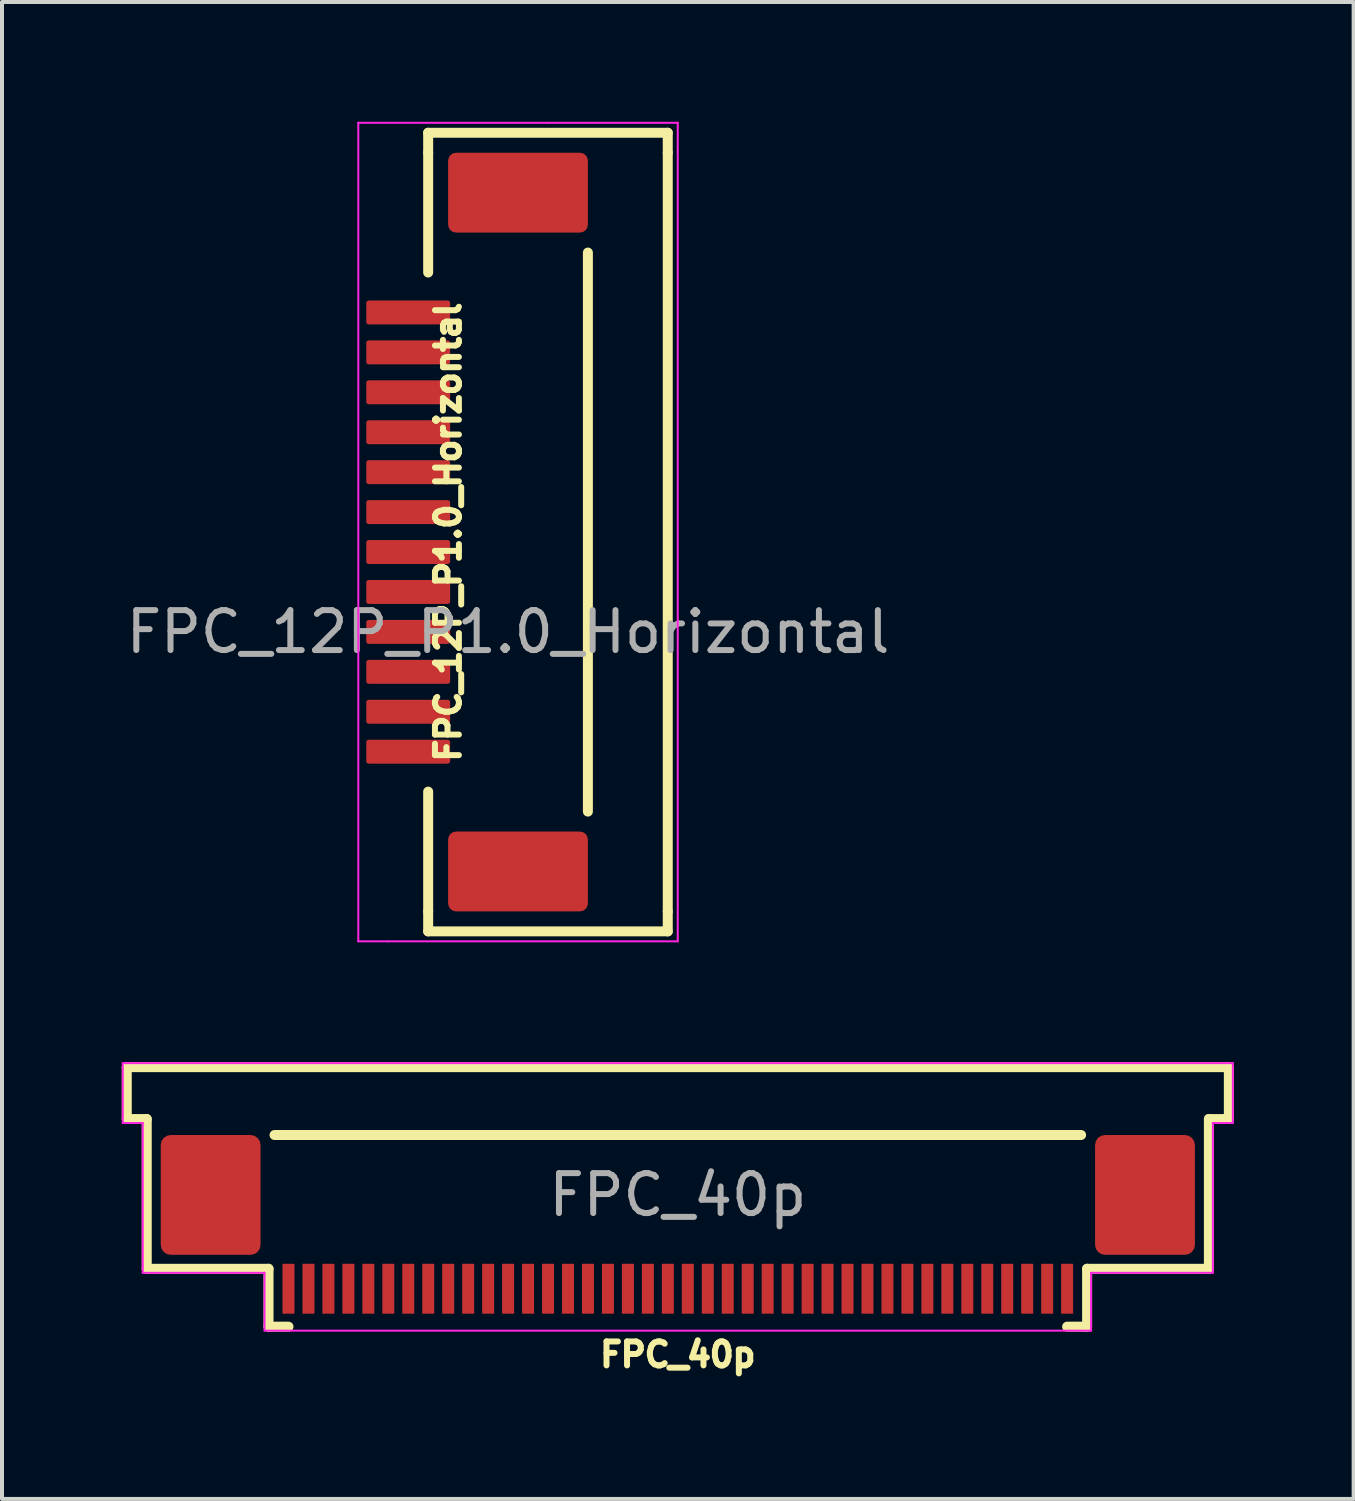
<source format=kicad_pcb>
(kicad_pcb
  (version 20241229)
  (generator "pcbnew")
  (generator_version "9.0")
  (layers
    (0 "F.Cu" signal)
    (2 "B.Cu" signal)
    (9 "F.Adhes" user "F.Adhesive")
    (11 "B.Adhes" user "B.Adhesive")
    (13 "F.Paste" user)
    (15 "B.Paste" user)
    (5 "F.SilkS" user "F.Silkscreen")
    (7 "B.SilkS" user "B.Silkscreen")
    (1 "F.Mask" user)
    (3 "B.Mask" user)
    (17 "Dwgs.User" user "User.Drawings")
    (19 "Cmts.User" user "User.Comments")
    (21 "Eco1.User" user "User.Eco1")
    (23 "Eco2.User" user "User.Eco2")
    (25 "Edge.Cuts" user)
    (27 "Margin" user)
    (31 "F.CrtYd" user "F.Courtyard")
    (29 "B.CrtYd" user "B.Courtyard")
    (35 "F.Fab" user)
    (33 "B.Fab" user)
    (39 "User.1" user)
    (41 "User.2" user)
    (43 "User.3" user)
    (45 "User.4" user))
  (footprint "FPC_40p"
    (layer "F.Cu")
    (at 13.925 26.875)
    (property "Reference" "FPC_40p" (at 0 4 0) (unlocked yes) (layer "F.SilkS") (effects (font (size 0.6 0.6) (thickness 0.15) (bold yes))))
    (attr smd)
    (fp_line (start -13.8 -1.9) (end -13.8 -3.2) (stroke (width 0.25) (type solid)) (layer "F.SilkS"))
    (fp_line (start -13.3 -1.9) (end -13.8 -1.9) (stroke (width 0.25) (type solid)) (layer "F.SilkS"))
    (fp_line (start -13.3 1.85) (end -13.3 -1.9) (stroke (width 0.25) (type solid)) (layer "F.SilkS"))
    (fp_line (start -10.25 1.85) (end -13.3 1.85) (stroke (width 0.25) (type solid)) (layer "F.SilkS"))
    (fp_line (start -10.25 1.85) (end -10.25 3.3) (stroke (width 0.25) (type solid)) (layer "F.SilkS"))
    (fp_line (start -10.25 3.3) (end -9.75 3.3) (stroke (width 0.25) (type solid)) (layer "F.SilkS"))
    (fp_line (start 10.1 -1.5) (end -10.1 -1.5) (stroke (width 0.25) (type solid)) (layer "F.SilkS"))
    (fp_line (start 10.25 1.85) (end 10.25 3.3) (stroke (width 0.25) (type solid)) (layer "F.SilkS"))
    (fp_line (start 10.25 3.3) (end 9.75 3.3) (stroke (width 0.25) (type solid)) (layer "F.SilkS"))
    (fp_line (start 13.3 1.85) (end 10.25 1.85) (stroke (width 0.25) (type solid)) (layer "F.SilkS"))
    (fp_line (start 13.3 1.85) (end 13.3 -1.9) (stroke (width 0.25) (type solid)) (layer "F.SilkS"))
    (fp_line (start 13.8 -3.2) (end -13.8 -3.2) (stroke (width 0.25) (type solid)) (layer "F.SilkS"))
    (fp_line (start 13.8 -1.9) (end 13.3 -1.9) (stroke (width 0.25) (type solid)) (layer "F.SilkS"))
    (fp_line (start 13.8 -1.9) (end 13.8 -3.2) (stroke (width 0.25) (type solid)) (layer "F.SilkS"))
    (fp_line (start -13.9 -3.3) (end 13.9 -3.3) (stroke (width 0.05) (type solid)) (layer "F.CrtYd"))
    (fp_line (start -13.9 -1.8) (end -13.9 -3.3) (stroke (width 0.05) (type solid)) (layer "F.CrtYd"))
    (fp_line (start -13.4 -1.8) (end -13.9 -1.8) (stroke (width 0.05) (type solid)) (layer "F.CrtYd"))
    (fp_line (start -13.4 1.95) (end -13.4 -1.8) (stroke (width 0.05) (type solid)) (layer "F.CrtYd"))
    (fp_line (start -10.35 1.95) (end -13.4 1.95) (stroke (width 0.05) (type solid)) (layer "F.CrtYd"))
    (fp_line (start -10.35 3.4) (end -10.35 1.95) (stroke (width 0.05) (type solid)) (layer "F.CrtYd"))
    (fp_line (start 10.35 1.95) (end 10.35 3.4) (stroke (width 0.05) (type solid)) (layer "F.CrtYd"))
    (fp_line (start 10.35 3.4) (end -10.35 3.4) (stroke (width 0.05) (type solid)) (layer "F.CrtYd"))
    (fp_line (start 13.4 -1.8) (end 13.4 1.95) (stroke (width 0.05) (type solid)) (layer "F.CrtYd"))
    (fp_line (start 13.4 1.95) (end 10.35 1.95) (stroke (width 0.05) (type solid)) (layer "F.CrtYd"))
    (fp_line (start 13.9 -3.3) (end 13.9 -1.8) (stroke (width 0.05) (type solid)) (layer "F.CrtYd"))
    (fp_line (start 13.9 -1.8) (end 13.4 -1.8) (stroke (width 0.05) (type solid)) (layer "F.CrtYd"))
    (fp_text user "${REFERENCE}" (at 0 0 0) (unlocked yes) (layer "F.Fab") (effects (font (size 1 1) (thickness 0.15))))
    (pad "1" smd rect (at -9.75 2.35) (size 0.3 1.25) (layers "F.Cu" "F.Mask" "F.Paste"))
    (pad "2" smd rect (at -9.25 2.35) (size 0.3 1.25) (layers "F.Cu" "F.Mask" "F.Paste"))
    (pad "3" smd rect (at -8.75 2.35) (size 0.3 1.25) (layers "F.Cu" "F.Mask" "F.Paste"))
    (pad "4" smd rect (at -8.25 2.35) (size 0.3 1.25) (layers "F.Cu" "F.Mask" "F.Paste"))
    (pad "5" smd rect (at -7.75 2.35) (size 0.3 1.25) (layers "F.Cu" "F.Mask" "F.Paste"))
    (pad "6" smd rect (at -7.25 2.35) (size 0.3 1.25) (layers "F.Cu" "F.Mask" "F.Paste"))
    (pad "7" smd rect (at -6.75 2.35) (size 0.3 1.25) (layers "F.Cu" "F.Mask" "F.Paste"))
    (pad "8" smd rect (at -6.25 2.35) (size 0.3 1.25) (layers "F.Cu" "F.Mask" "F.Paste"))
    (pad "9" smd rect (at -5.75 2.35) (size 0.3 1.25) (layers "F.Cu" "F.Mask" "F.Paste"))
    (pad "10" smd rect (at -5.25 2.35) (size 0.3 1.25) (layers "F.Cu" "F.Mask" "F.Paste"))
    (pad "11" smd rect (at -4.75 2.35) (size 0.3 1.25) (layers "F.Cu" "F.Mask" "F.Paste"))
    (pad "12" smd rect (at -4.25 2.35) (size 0.3 1.25) (layers "F.Cu" "F.Mask" "F.Paste"))
    (pad "13" smd rect (at -3.75 2.35) (size 0.3 1.25) (layers "F.Cu" "F.Mask" "F.Paste"))
    (pad "14" smd rect (at -3.25 2.35) (size 0.3 1.25) (layers "F.Cu" "F.Mask" "F.Paste"))
    (pad "15" smd rect (at -2.75 2.35) (size 0.3 1.25) (layers "F.Cu" "F.Mask" "F.Paste"))
    (pad "16" smd rect (at -2.25 2.35) (size 0.3 1.25) (layers "F.Cu" "F.Mask" "F.Paste"))
    (pad "17" smd rect (at -1.75 2.35) (size 0.3 1.25) (layers "F.Cu" "F.Mask" "F.Paste"))
    (pad "18" smd rect (at -1.25 2.35) (size 0.3 1.25) (layers "F.Cu" "F.Mask" "F.Paste"))
    (pad "19" smd rect (at -0.75 2.35) (size 0.3 1.25) (layers "F.Cu" "F.Mask" "F.Paste"))
    (pad "20" smd rect (at -0.25 2.35) (size 0.3 1.25) (layers "F.Cu" "F.Mask" "F.Paste"))
    (pad "21" smd rect (at 0.25 2.35) (size 0.3 1.25) (layers "F.Cu" "F.Mask" "F.Paste"))
    (pad "22" smd rect (at 0.75 2.35) (size 0.3 1.25) (layers "F.Cu" "F.Mask" "F.Paste"))
    (pad "23" smd rect (at 1.25 2.35) (size 0.3 1.25) (layers "F.Cu" "F.Mask" "F.Paste"))
    (pad "24" smd rect (at 1.75 2.35) (size 0.3 1.25) (layers "F.Cu" "F.Mask" "F.Paste"))
    (pad "25" smd rect (at 2.25 2.35) (size 0.3 1.25) (layers "F.Cu" "F.Mask" "F.Paste"))
    (pad "26" smd rect (at 2.75 2.35) (size 0.3 1.25) (layers "F.Cu" "F.Mask" "F.Paste"))
    (pad "27" smd rect (at 3.25 2.35) (size 0.3 1.25) (layers "F.Cu" "F.Mask" "F.Paste"))
    (pad "28" smd rect (at 3.75 2.35) (size 0.3 1.25) (layers "F.Cu" "F.Mask" "F.Paste"))
    (pad "29" smd rect (at 4.25 2.35) (size 0.3 1.25) (layers "F.Cu" "F.Mask" "F.Paste"))
    (pad "30" smd rect (at 4.75 2.35) (size 0.3 1.25) (layers "F.Cu" "F.Mask" "F.Paste"))
    (pad "31" smd rect (at 5.25 2.35) (size 0.3 1.25) (layers "F.Cu" "F.Mask" "F.Paste"))
    (pad "32" smd rect (at 5.75 2.35) (size 0.3 1.25) (layers "F.Cu" "F.Mask" "F.Paste"))
    (pad "33" smd rect (at 6.25 2.35) (size 0.3 1.25) (layers "F.Cu" "F.Mask" "F.Paste"))
    (pad "34" smd rect (at 6.75 2.35) (size 0.3 1.25) (layers "F.Cu" "F.Mask" "F.Paste"))
    (pad "35" smd rect (at 7.25 2.35) (size 0.3 1.25) (layers "F.Cu" "F.Mask" "F.Paste"))
    (pad "36" smd rect (at 7.75 2.35) (size 0.3 1.25) (layers "F.Cu" "F.Mask" "F.Paste"))
    (pad "37" smd rect (at 8.25 2.35) (size 0.3 1.25) (layers "F.Cu" "F.Mask" "F.Paste"))
    (pad "38" smd rect (at 8.75 2.35) (size 0.3 1.25) (layers "F.Cu" "F.Mask" "F.Paste"))
    (pad "39" smd rect (at 9.25 2.35) (size 0.3 1.25) (layers "F.Cu" "F.Mask" "F.Paste"))
    (pad "40" smd rect (at 9.75 2.35) (size 0.3 1.25) (layers "F.Cu" "F.Mask" "F.Paste"))
    (pad "41" smd roundrect (at -11.7 0 180) (size 2.5 3) (layers "F.Cu" "F.Mask" "F.Paste") (roundrect_rratio 0.1))
    (pad "42" smd roundrect (at 11.7 0 180) (size 2.5 3) (layers "F.Cu" "F.Mask" "F.Paste") (roundrect_rratio 0.1)))
  (footprint "FPC_12P_P1.0_Horizontal"
    (layer "F.Cu")
    (at 9.673 10.275)
    (property "Reference" "FPC_12P_P1.0_Horizontal" (at -1.5 0 90) (unlocked yes) (layer "F.SilkS") (effects (font (size 0.6 0.6) (thickness 0.15) (bold yes))))
    (attr smd)
    (fp_line (start -2 -10) (end -2 -9.5) (stroke (width 0.25) (type default)) (layer "F.SilkS"))
    (fp_line (start -2 -6.5) (end -2 -9.5) (stroke (width 0.25) (type default)) (layer "F.SilkS"))
    (fp_line (start -2 6.5) (end -2 9.5) (stroke (width 0.25) (type default)) (layer "F.SilkS"))
    (fp_line (start -2 10) (end -2 9.5) (stroke (width 0.25) (type default)) (layer "F.SilkS"))
    (fp_line (start 2 -7) (end 2 7) (stroke (width 0.25) (type default)) (layer "F.SilkS"))
    (fp_line (start 4 -10) (end -2 -10) (stroke (width 0.25) (type default)) (layer "F.SilkS"))
    (fp_line (start 4 -9.5) (end 4 -10) (stroke (width 0.25) (type default)) (layer "F.SilkS"))
    (fp_line (start 4 -9.5) (end 4 9.5) (stroke (width 0.25) (type default)) (layer "F.SilkS"))
    (fp_line (start 4 9.5) (end 4 10) (stroke (width 0.25) (type default)) (layer "F.SilkS"))
    (fp_line (start 4 10) (end -2 10) (stroke (width 0.25) (type default)) (layer "F.SilkS"))
    (fp_line (start -3.75 -10.25) (end 1 -10.25) (stroke (width 0.05) (type default)) (layer "F.CrtYd"))
    (fp_line (start -3.75 10.25) (end -3.75 -10.25) (stroke (width 0.05) (type default)) (layer "F.CrtYd"))
    (fp_line (start -3 10.25) (end -3.75 10.25) (stroke (width 0.05) (type default)) (layer "F.CrtYd"))
    (fp_line (start 1 -10.25) (end 4.25 -10.25) (stroke (width 0.05) (type default)) (layer "F.CrtYd"))
    (fp_line (start 4.25 -10.25) (end 4.25 10.25) (stroke (width 0.05) (type default)) (layer "F.CrtYd"))
    (fp_line (start 4.25 10.25) (end -3 10.25) (stroke (width 0.05) (type default)) (layer "F.CrtYd"))
    (fp_text user "${REFERENCE}" (at 0 2.5 0) (unlocked yes) (layer "F.Fab") (effects (font (size 1 1) (thickness 0.15))))
    (pad "1" smd roundrect (at -2.5 -5.5) (size 2.1 0.6) (layers "F.Cu" "F.Mask" "F.Paste") (roundrect_rratio 0.1))
    (pad "2" smd roundrect (at -2.5 -4.5) (size 2.1 0.6) (layers "F.Cu" "F.Mask" "F.Paste") (roundrect_rratio 0.1))
    (pad "3" smd roundrect (at -2.5 -3.5) (size 2.1 0.6) (layers "F.Cu" "F.Mask" "F.Paste") (roundrect_rratio 0.1))
    (pad "4" smd roundrect (at -2.5 -2.5) (size 2.1 0.6) (layers "F.Cu" "F.Mask" "F.Paste") (roundrect_rratio 0.1))
    (pad "5" smd roundrect (at -2.5 -1.5) (size 2.1 0.6) (layers "F.Cu" "F.Mask" "F.Paste") (roundrect_rratio 0.1))
    (pad "6" smd roundrect (at -2.5 -0.5) (size 2.1 0.6) (layers "F.Cu" "F.Mask" "F.Paste") (roundrect_rratio 0.1))
    (pad "7" smd roundrect (at -2.5 0.5) (size 2.1 0.6) (layers "F.Cu" "F.Mask" "F.Paste") (roundrect_rratio 0.1))
    (pad "8" smd roundrect (at -2.5 1.5) (size 2.1 0.6) (layers "F.Cu" "F.Mask" "F.Paste") (roundrect_rratio 0.1))
    (pad "9" smd roundrect (at -2.5 2.5) (size 2.1 0.6) (layers "F.Cu" "F.Mask" "F.Paste") (roundrect_rratio 0.1))
    (pad "10" smd roundrect (at -2.5 3.5) (size 2.1 0.6) (layers "F.Cu" "F.Mask" "F.Paste") (roundrect_rratio 0.1))
    (pad "11" smd roundrect (at -2.5 4.5) (size 2.1 0.6) (layers "F.Cu" "F.Mask" "F.Paste") (roundrect_rratio 0.1))
    (pad "12" smd roundrect (at -2.5 5.5) (size 2.1 0.6) (layers "F.Cu" "F.Mask" "F.Paste") (roundrect_rratio 0.1))
    (pad "S" smd roundrect (at 0.25 -8.5) (size 3.5 2) (layers "F.Cu" "F.Mask" "F.Paste") (roundrect_rratio 0.1))
    (pad "S" smd roundrect (at 0.25 8.5) (size 3.5 2) (layers "F.Cu" "F.Mask" "F.Paste") (roundrect_rratio 0.1)))
  (gr_rect
    (start -3 -3)
    (end 30.85 34.489)
    (stroke (width 0.1) (type default))
    (fill no)
    (layer "Edge.Cuts")))
</source>
